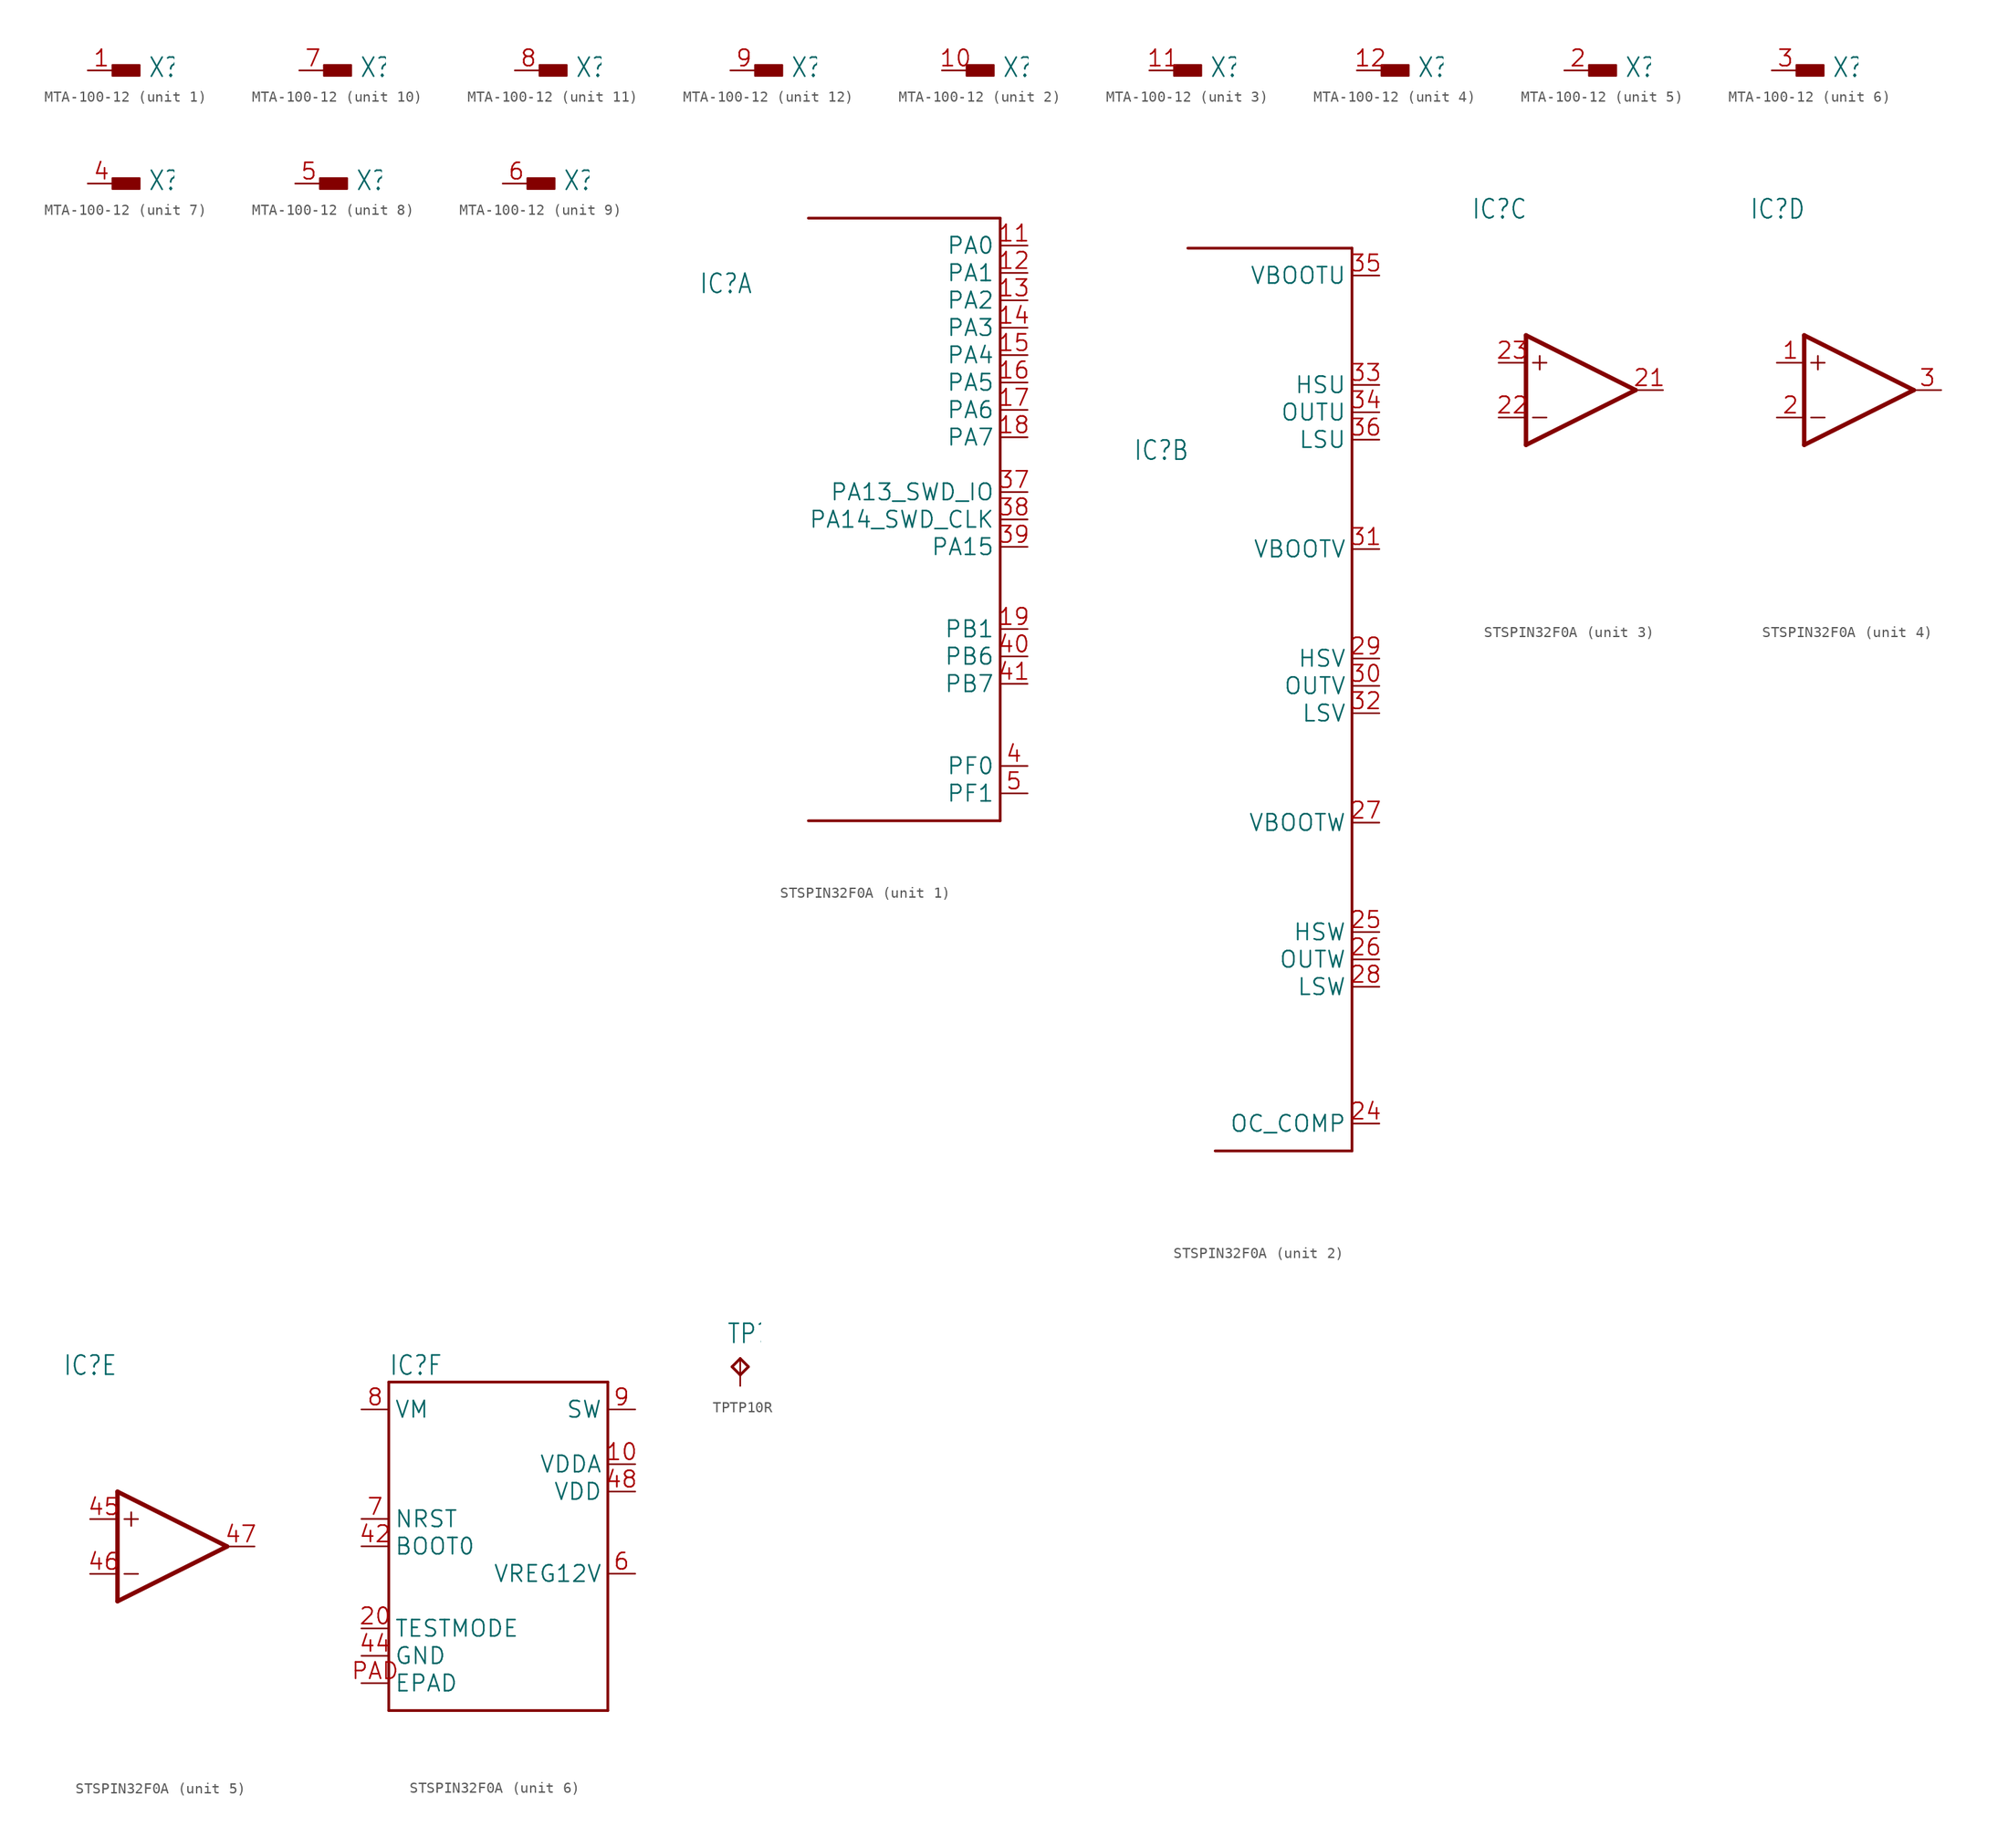
<source format=kicad_sym>
(kicad_symbol_lib
  (version 20241209)
  (generator "kicad_symbol_editor")
  (generator_version "9.0")
  (symbol "MTA-100-12"
    (property "Reference" "X"
      (at 5.588 -0.762 0)
      (effects (font (size 1.778 1.511)) (justify left bottom)))
    (property "ki_locked" ""
      (at 0 0 0)
      (effects (font (size 1.27 1.27))))
    (symbol "MTA-100-12_1_0"
      (rectangle (start 2.286 -0.508) (end 4.826 0.508) (stroke (width 0) (type default)) (fill (type outline)))
      (pin bidirectional line (at 0 0 0) (length 2.54) (name "-1" (effects (font (size 0 0)))) (number "1" (effects (font (size 1.524 1.524))))))
    (symbol "MTA-100-12_2_0"
      (rectangle (start 2.286 -0.508) (end 4.826 0.508) (stroke (width 0) (type default)) (fill (type outline)))
      (pin bidirectional line (at 0 0 0) (length 2.54) (name "-1" (effects (font (size 0 0)))) (number "10" (effects (font (size 1.524 1.524))))))
    (symbol "MTA-100-12_3_0"
      (rectangle (start 2.286 -0.508) (end 4.826 0.508) (stroke (width 0) (type default)) (fill (type outline)))
      (pin bidirectional line (at 0 0 0) (length 2.54) (name "-1" (effects (font (size 0 0)))) (number "11" (effects (font (size 1.524 1.524))))))
    (symbol "MTA-100-12_4_0"
      (rectangle (start 2.286 -0.508) (end 4.826 0.508) (stroke (width 0) (type default)) (fill (type outline)))
      (pin bidirectional line (at 0 0 0) (length 2.54) (name "-1" (effects (font (size 0 0)))) (number "12" (effects (font (size 1.524 1.524))))))
    (symbol "MTA-100-12_5_0"
      (rectangle (start 2.286 -0.508) (end 4.826 0.508) (stroke (width 0) (type default)) (fill (type outline)))
      (pin bidirectional line (at 0 0 0) (length 2.54) (name "-1" (effects (font (size 0 0)))) (number "2" (effects (font (size 1.524 1.524))))))
    (symbol "MTA-100-12_6_0"
      (rectangle (start 2.286 -0.508) (end 4.826 0.508) (stroke (width 0) (type default)) (fill (type outline)))
      (pin bidirectional line (at 0 0 0) (length 2.54) (name "-1" (effects (font (size 0 0)))) (number "3" (effects (font (size 1.524 1.524))))))
    (symbol "MTA-100-12_7_0"
      (rectangle (start 2.286 -0.508) (end 4.826 0.508) (stroke (width 0) (type default)) (fill (type outline)))
      (pin bidirectional line (at 0 0 0) (length 2.54) (name "-1" (effects (font (size 0 0)))) (number "4" (effects (font (size 1.524 1.524))))))
    (symbol "MTA-100-12_8_0"
      (rectangle (start 2.286 -0.508) (end 4.826 0.508) (stroke (width 0) (type default)) (fill (type outline)))
      (pin bidirectional line (at 0 0 0) (length 2.54) (name "-1" (effects (font (size 0 0)))) (number "5" (effects (font (size 1.524 1.524))))))
    (symbol "MTA-100-12_9_0"
      (rectangle (start 2.286 -0.508) (end 4.826 0.508) (stroke (width 0) (type default)) (fill (type outline)))
      (pin bidirectional line (at 0 0 0) (length 2.54) (name "-1" (effects (font (size 0 0)))) (number "6" (effects (font (size 1.524 1.524))))))
    (symbol "MTA-100-12_10_0"
      (rectangle (start 2.286 -0.508) (end 4.826 0.508) (stroke (width 0) (type default)) (fill (type outline)))
      (pin bidirectional line (at 0 0 0) (length 2.54) (name "-1" (effects (font (size 0 0)))) (number "7" (effects (font (size 1.524 1.524))))))
    (symbol "MTA-100-12_11_0"
      (rectangle (start 2.286 -0.508) (end 4.826 0.508) (stroke (width 0) (type default)) (fill (type outline)))
      (pin bidirectional line (at 0 0 0) (length 2.54) (name "-1" (effects (font (size 0 0)))) (number "8" (effects (font (size 1.524 1.524))))))
    (symbol "MTA-100-12_12_0"
      (rectangle (start 2.286 -0.508) (end 4.826 0.508) (stroke (width 0) (type default)) (fill (type outline)))
      (pin bidirectional line (at 0 0 0) (length 2.54) (name "-1" (effects (font (size 0 0)))) (number "9" (effects (font (size 1.524 1.524)))))))
  (symbol "STSPIN32F0A"
    (property "Reference" "IC"
      (at -10.16 15.748 0)
      (effects (font (size 1.778 1.511)) (justify left bottom)))
    (property "Value" ""
      (at -10.16 -17.78 0)
      (effects (font (size 1.778 1.511)) (justify left bottom)))
    (property "ki_locked" ""
      (at 0 0 0)
      (effects (font (size 1.27 1.27))))
    (symbol "STSPIN32F0A_1_0"
      (polyline (pts (xy 0 22.86) (xy 17.78 22.86)) (stroke (width 0.254) (type solid)) (fill (type none)))
      (polyline (pts (xy 17.78 22.86) (xy 17.78 -33.02)) (stroke (width 0.254) (type solid)) (fill (type none)))
      (polyline (pts (xy 17.78 -33.02) (xy 0 -33.02)) (stroke (width 0.254) (type solid)) (fill (type none)))
      (pin bidirectional line (at 20.32 20.32 180) (length 2.54) (name "PA0" (effects (font (size 1.524 1.524)))) (number "11" (effects (font (size 1.524 1.524)))))
      (pin bidirectional line (at 20.32 17.78 180) (length 2.54) (name "PA1" (effects (font (size 1.524 1.524)))) (number "12" (effects (font (size 1.524 1.524)))))
      (pin bidirectional line (at 20.32 15.24 180) (length 2.54) (name "PA2" (effects (font (size 1.524 1.524)))) (number "13" (effects (font (size 1.524 1.524)))))
      (pin bidirectional line (at 20.32 12.7 180) (length 2.54) (name "PA3" (effects (font (size 1.524 1.524)))) (number "14" (effects (font (size 1.524 1.524)))))
      (pin bidirectional line (at 20.32 10.16 180) (length 2.54) (name "PA4" (effects (font (size 1.524 1.524)))) (number "15" (effects (font (size 1.524 1.524)))))
      (pin bidirectional line (at 20.32 7.62 180) (length 2.54) (name "PA5" (effects (font (size 1.524 1.524)))) (number "16" (effects (font (size 1.524 1.524)))))
      (pin bidirectional line (at 20.32 5.08 180) (length 2.54) (name "PA6" (effects (font (size 1.524 1.524)))) (number "17" (effects (font (size 1.524 1.524)))))
      (pin bidirectional line (at 20.32 2.54 180) (length 2.54) (name "PA7" (effects (font (size 1.524 1.524)))) (number "18" (effects (font (size 1.524 1.524)))))
      (pin bidirectional line (at 20.32 -2.54 180) (length 2.54) (name "PA13_SWD_IO" (effects (font (size 1.524 1.524)))) (number "37" (effects (font (size 1.524 1.524)))))
      (pin bidirectional line (at 20.32 -5.08 180) (length 2.54) (name "PA14_SWD_CLK" (effects (font (size 1.524 1.524)))) (number "38" (effects (font (size 1.524 1.524)))))
      (pin bidirectional line (at 20.32 -7.62 180) (length 2.54) (name "PA15" (effects (font (size 1.524 1.524)))) (number "39" (effects (font (size 1.524 1.524)))))
      (pin bidirectional line (at 20.32 -15.24 180) (length 2.54) (name "PB1" (effects (font (size 1.524 1.524)))) (number "19" (effects (font (size 1.524 1.524)))))
      (pin bidirectional line (at 20.32 -17.78 180) (length 2.54) (name "PB6" (effects (font (size 1.524 1.524)))) (number "40" (effects (font (size 1.524 1.524)))))
      (pin bidirectional line (at 20.32 -20.32 180) (length 2.54) (name "PB7" (effects (font (size 1.524 1.524)))) (number "41" (effects (font (size 1.524 1.524)))))
      (pin bidirectional line (at 20.32 -27.94 180) (length 2.54) (name "PF0" (effects (font (size 1.524 1.524)))) (number "4" (effects (font (size 1.524 1.524)))))
      (pin bidirectional line (at 20.32 -30.48 180) (length 2.54) (name "PF1" (effects (font (size 1.524 1.524)))) (number "5" (effects (font (size 1.524 1.524))))))
    (symbol "STSPIN32F0A_2_0"
      (polyline (pts (xy -5.08 35.56) (xy 10.16 35.56)) (stroke (width 0.254) (type solid)) (fill (type none)))
      (polyline (pts (xy 10.16 35.56) (xy 10.16 -48.26)) (stroke (width 0.254) (type solid)) (fill (type none)))
      (polyline (pts (xy 10.16 -48.26) (xy -2.54 -48.26)) (stroke (width 0.254) (type solid)) (fill (type none)))
      (pin bidirectional line (at 12.7 33.02 180) (length 2.54) (name "VBOOTU" (effects (font (size 1.524 1.524)))) (number "35" (effects (font (size 1.524 1.524)))))
      (pin bidirectional line (at 12.7 22.86 180) (length 2.54) (name "HSU" (effects (font (size 1.524 1.524)))) (number "33" (effects (font (size 1.524 1.524)))))
      (pin bidirectional line (at 12.7 20.32 180) (length 2.54) (name "OUTU" (effects (font (size 1.524 1.524)))) (number "34" (effects (font (size 1.524 1.524)))))
      (pin bidirectional line (at 12.7 17.78 180) (length 2.54) (name "LSU" (effects (font (size 1.524 1.524)))) (number "36" (effects (font (size 1.524 1.524)))))
      (pin bidirectional line (at 12.7 7.62 180) (length 2.54) (name "VBOOTV" (effects (font (size 1.524 1.524)))) (number "31" (effects (font (size 1.524 1.524)))))
      (pin bidirectional line (at 12.7 -2.54 180) (length 2.54) (name "HSV" (effects (font (size 1.524 1.524)))) (number "29" (effects (font (size 1.524 1.524)))))
      (pin bidirectional line (at 12.7 -5.08 180) (length 2.54) (name "OUTV" (effects (font (size 1.524 1.524)))) (number "30" (effects (font (size 1.524 1.524)))))
      (pin bidirectional line (at 12.7 -7.62 180) (length 2.54) (name "LSV" (effects (font (size 1.524 1.524)))) (number "32" (effects (font (size 1.524 1.524)))))
      (pin bidirectional line (at 12.7 -17.78 180) (length 2.54) (name "VBOOTW" (effects (font (size 1.524 1.524)))) (number "27" (effects (font (size 1.524 1.524)))))
      (pin bidirectional line (at 12.7 -27.94 180) (length 2.54) (name "HSW" (effects (font (size 1.524 1.524)))) (number "25" (effects (font (size 1.524 1.524)))))
      (pin bidirectional line (at 12.7 -30.48 180) (length 2.54) (name "OUTW" (effects (font (size 1.524 1.524)))) (number "26" (effects (font (size 1.524 1.524)))))
      (pin bidirectional line (at 12.7 -33.02 180) (length 2.54) (name "LSW" (effects (font (size 1.524 1.524)))) (number "28" (effects (font (size 1.524 1.524)))))
      (pin bidirectional line (at 12.7 -45.72 180) (length 2.54) (name "OC_COMP" (effects (font (size 1.524 1.524)))) (number "24" (effects (font (size 1.524 1.524))))))
    (symbol "STSPIN32F0A_3_0"
      (polyline (pts (xy -5.08 5.08) (xy -5.08 -5.08)) (stroke (width 0.406) (type solid)) (fill (type none)))
      (polyline (pts (xy -5.08 -5.08) (xy 5.08 0)) (stroke (width 0.406) (type solid)) (fill (type none)))
      (polyline (pts (xy -4.445 2.54) (xy -3.175 2.54)) (stroke (width 0.152) (type solid)) (fill (type none)))
      (polyline (pts (xy -4.445 -2.54) (xy -3.175 -2.54)) (stroke (width 0.152) (type solid)) (fill (type none)))
      (polyline (pts (xy -3.81 3.175) (xy -3.81 1.905)) (stroke (width 0.152) (type solid)) (fill (type none)))
      (polyline (pts (xy 5.08 0) (xy -5.08 5.08)) (stroke (width 0.406) (type solid)) (fill (type none)))
      (pin input line (at -7.62 2.54 0) (length 2.54) (name "+IN" (effects (font (size 0 0)))) (number "23" (effects (font (size 1.524 1.524)))))
      (pin input line (at -7.62 -2.54 0) (length 2.54) (name "-IN" (effects (font (size 0 0)))) (number "22" (effects (font (size 1.524 1.524)))))
      (pin output line (at 7.62 0 180) (length 2.54) (name "OUT" (effects (font (size 0 0)))) (number "21" (effects (font (size 1.524 1.524))))))
    (symbol "STSPIN32F0A_4_0"
      (polyline (pts (xy -5.08 5.08) (xy -5.08 -5.08)) (stroke (width 0.406) (type solid)) (fill (type none)))
      (polyline (pts (xy -5.08 -5.08) (xy 5.08 0)) (stroke (width 0.406) (type solid)) (fill (type none)))
      (polyline (pts (xy -4.445 2.54) (xy -3.175 2.54)) (stroke (width 0.152) (type solid)) (fill (type none)))
      (polyline (pts (xy -4.445 -2.54) (xy -3.175 -2.54)) (stroke (width 0.152) (type solid)) (fill (type none)))
      (polyline (pts (xy -3.81 3.175) (xy -3.81 1.905)) (stroke (width 0.152) (type solid)) (fill (type none)))
      (polyline (pts (xy 5.08 0) (xy -5.08 5.08)) (stroke (width 0.406) (type solid)) (fill (type none)))
      (pin input line (at -7.62 2.54 0) (length 2.54) (name "+IN" (effects (font (size 0 0)))) (number "1" (effects (font (size 1.524 1.524)))))
      (pin input line (at -7.62 -2.54 0) (length 2.54) (name "-IN" (effects (font (size 0 0)))) (number "2" (effects (font (size 1.524 1.524)))))
      (pin output line (at 7.62 0 180) (length 2.54) (name "OUT" (effects (font (size 0 0)))) (number "3" (effects (font (size 1.524 1.524))))))
    (symbol "STSPIN32F0A_5_0"
      (polyline (pts (xy -5.08 5.08) (xy -5.08 -5.08)) (stroke (width 0.406) (type solid)) (fill (type none)))
      (polyline (pts (xy -5.08 -5.08) (xy 5.08 0)) (stroke (width 0.406) (type solid)) (fill (type none)))
      (polyline (pts (xy -4.445 2.54) (xy -3.175 2.54)) (stroke (width 0.152) (type solid)) (fill (type none)))
      (polyline (pts (xy -4.445 -2.54) (xy -3.175 -2.54)) (stroke (width 0.152) (type solid)) (fill (type none)))
      (polyline (pts (xy -3.81 3.175) (xy -3.81 1.905)) (stroke (width 0.152) (type solid)) (fill (type none)))
      (polyline (pts (xy 5.08 0) (xy -5.08 5.08)) (stroke (width 0.406) (type solid)) (fill (type none)))
      (pin input line (at -7.62 2.54 0) (length 2.54) (name "+IN" (effects (font (size 0 0)))) (number "45" (effects (font (size 1.524 1.524)))))
      (pin input line (at -7.62 -2.54 0) (length 2.54) (name "-IN" (effects (font (size 0 0)))) (number "46" (effects (font (size 1.524 1.524)))))
      (pin output line (at 7.62 0 180) (length 2.54) (name "OUT" (effects (font (size 0 0)))) (number "47" (effects (font (size 1.524 1.524))))))
    (symbol "STSPIN32F0A_6_0"
      (polyline (pts (xy -10.16 15.24) (xy 10.16 15.24)) (stroke (width 0.254) (type solid)) (fill (type none)))
      (polyline (pts (xy -10.16 -15.24) (xy -10.16 15.24)) (stroke (width 0.254) (type solid)) (fill (type none)))
      (polyline (pts (xy 10.16 15.24) (xy 10.16 -15.24)) (stroke (width 0.254) (type solid)) (fill (type none)))
      (polyline (pts (xy 10.16 -15.24) (xy -10.16 -15.24)) (stroke (width 0.254) (type solid)) (fill (type none)))
      (pin bidirectional line (at -12.7 12.7 0) (length 2.54) (name "VM" (effects (font (size 1.524 1.524)))) (number "8" (effects (font (size 1.524 1.524)))))
      (pin bidirectional line (at -12.7 2.54 0) (length 2.54) (name "NRST" (effects (font (size 1.524 1.524)))) (number "7" (effects (font (size 1.524 1.524)))))
      (pin bidirectional line (at -12.7 0 0) (length 2.54) (name "BOOT0" (effects (font (size 1.524 1.524)))) (number "42" (effects (font (size 1.524 1.524)))))
      (pin bidirectional line (at -12.7 -7.62 0) (length 2.54) (name "TESTMODE" (effects (font (size 1.524 1.524)))) (number "20" (effects (font (size 1.524 1.524)))))
      (pin bidirectional line (at -12.7 -10.16 0) (length 2.54) (name "GND" (effects (font (size 1.524 1.524)))) (number "44" (effects (font (size 1.524 1.524)))))
      (pin bidirectional line (at -12.7 -12.7 0) (length 2.54) (name "EPAD" (effects (font (size 1.524 1.524)))) (number "PAD" (effects (font (size 1.524 1.524)))))
      (pin bidirectional line (at 12.7 12.7 180) (length 2.54) (name "SW" (effects (font (size 1.524 1.524)))) (number "9" (effects (font (size 1.524 1.524)))))
      (pin bidirectional line (at 12.7 7.62 180) (length 2.54) (name "VDDA" (effects (font (size 1.524 1.524)))) (number "10" (effects (font (size 1.524 1.524)))))
      (pin bidirectional line (at 12.7 5.08 180) (length 2.54) (name "VDD" (effects (font (size 1.524 1.524)))) (number "48" (effects (font (size 1.524 1.524)))))
      (pin bidirectional line (at 12.7 -2.54 180) (length 2.54) (name "VREG12V" (effects (font (size 1.524 1.524)))) (number "6" (effects (font (size 1.524 1.524)))))))
  (symbol "TPTP10R"
    (property "Reference" "TP"
      (at -1.27 1.27 0)
      (effects (font (size 1.778 1.511)) (justify left bottom)))
    (property "ki_locked" ""
      (at 0 0 0)
      (effects (font (size 1.27 1.27))))
    (symbol "TPTP10R_1_0"
      (polyline (pts (xy -0.762 -0.762) (xy 0 0)) (stroke (width 0.254) (type solid)) (fill (type none)))
      (polyline (pts (xy 0 0) (xy 0.762 -0.762)) (stroke (width 0.254) (type solid)) (fill (type none)))
      (polyline (pts (xy 0 -1.524) (xy -0.762 -0.762)) (stroke (width 0.254) (type solid)) (fill (type none)))
      (polyline (pts (xy 0.762 -0.762) (xy 0 -1.524)) (stroke (width 0.254) (type solid)) (fill (type none)))
      (pin input line (at 0 -2.54 90) (length 2.54) (name "TP" (effects (font (size 0 0)))) (number "TP" (effects (font (size 0 0))))))))
</source>
